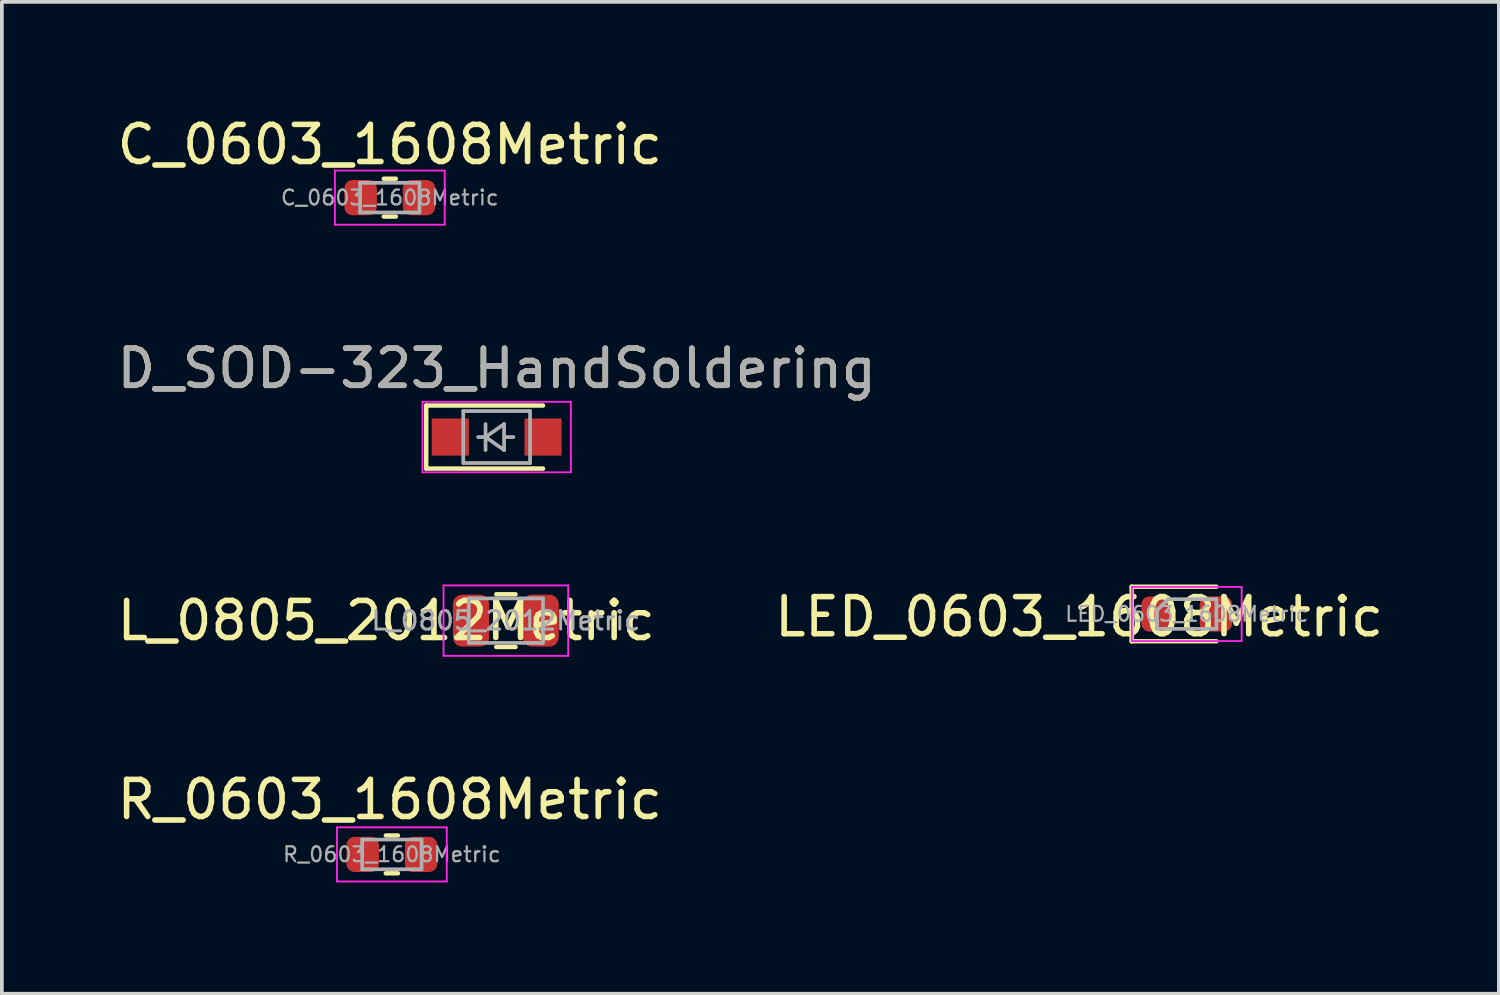
<source format=kicad_pcb>
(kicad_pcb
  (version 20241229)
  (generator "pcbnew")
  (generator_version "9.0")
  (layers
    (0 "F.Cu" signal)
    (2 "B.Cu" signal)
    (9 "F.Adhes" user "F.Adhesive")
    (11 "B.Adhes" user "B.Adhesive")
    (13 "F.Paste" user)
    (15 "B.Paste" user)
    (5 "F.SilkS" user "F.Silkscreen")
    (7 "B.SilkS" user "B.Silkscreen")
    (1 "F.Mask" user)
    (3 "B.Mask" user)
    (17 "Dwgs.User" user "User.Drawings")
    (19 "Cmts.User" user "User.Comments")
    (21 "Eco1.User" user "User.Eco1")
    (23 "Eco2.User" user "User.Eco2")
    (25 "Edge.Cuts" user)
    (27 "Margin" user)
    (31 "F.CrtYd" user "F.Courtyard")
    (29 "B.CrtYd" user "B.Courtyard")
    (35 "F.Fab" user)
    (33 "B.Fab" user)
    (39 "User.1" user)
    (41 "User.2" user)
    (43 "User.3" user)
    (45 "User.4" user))
  (footprint "C_0603_1608Metric"
    (layer "F.Cu")
    (at 7.458 2.278)
    (property "Reference" "C_0603_1608Metric" (at 0 -1.43 180) (layer "F.SilkS") (effects (font (size 1 1) (thickness 0.15))))
    (attr smd)
    (fp_line (start -0.163 -0.51) (end 0.163 -0.51) (stroke (width 0.12) (type solid)) (layer "F.SilkS"))
    (fp_line (start -0.163 0.51) (end 0.163 0.51) (stroke (width 0.12) (type solid)) (layer "F.SilkS"))
    (fp_line (start -1.48 -0.73) (end 1.48 -0.73) (stroke (width 0.05) (type solid)) (layer "F.CrtYd"))
    (fp_line (start -1.48 0.73) (end -1.48 -0.73) (stroke (width 0.05) (type solid)) (layer "F.CrtYd"))
    (fp_line (start 1.48 -0.73) (end 1.48 0.73) (stroke (width 0.05) (type solid)) (layer "F.CrtYd"))
    (fp_line (start 1.48 0.73) (end -1.48 0.73) (stroke (width 0.05) (type solid)) (layer "F.CrtYd"))
    (fp_line (start -0.8 -0.4) (end 0.8 -0.4) (stroke (width 0.1) (type solid)) (layer "F.Fab"))
    (fp_line (start -0.8 0.4) (end -0.8 -0.4) (stroke (width 0.1) (type solid)) (layer "F.Fab"))
    (fp_line (start 0.8 -0.4) (end 0.8 0.4) (stroke (width 0.1) (type solid)) (layer "F.Fab"))
    (fp_line (start 0.8 0.4) (end -0.8 0.4) (stroke (width 0.1) (type solid)) (layer "F.Fab"))
    (fp_text user "${REFERENCE}" (at 0 0 180) (layer "F.Fab") (effects (font (size 0.4 0.4) (thickness 0.06))))
    (pad "1" smd roundrect (at -0.787 0) (size 0.875 0.95) (layers "F.Cu" "F.Mask" "F.Paste") (roundrect_rratio 0.25))
    (pad "2" smd roundrect (at 0.787 0) (size 0.875 0.95) (layers "F.Cu" "F.Mask" "F.Paste") (roundrect_rratio 0.25)))
  (footprint "D_SOD-323_HandSoldering"
    (layer "F.Cu")
    (at 10.339 8.732)
    (property "Reference" "D_SOD-323_HandSoldering" (at 0 -1.85 0) (layer "F.SilkS") (effects (font (size 1 1) (thickness 0.15))))
    (attr smd)
    (fp_line (start -1.9 -0.85) (end -1.9 0.85) (stroke (width 0.12) (type solid)) (layer "F.SilkS"))
    (fp_line (start -1.9 -0.85) (end 1.25 -0.85) (stroke (width 0.12) (type solid)) (layer "F.SilkS"))
    (fp_line (start -1.9 0.85) (end 1.25 0.85) (stroke (width 0.12) (type solid)) (layer "F.SilkS"))
    (fp_line (start -2 -0.95) (end -2 0.95) (stroke (width 0.05) (type solid)) (layer "F.CrtYd"))
    (fp_line (start -2 -0.95) (end 2 -0.95) (stroke (width 0.05) (type solid)) (layer "F.CrtYd"))
    (fp_line (start -2 0.95) (end 2 0.95) (stroke (width 0.05) (type solid)) (layer "F.CrtYd"))
    (fp_line (start 2 -0.95) (end 2 0.95) (stroke (width 0.05) (type solid)) (layer "F.CrtYd"))
    (fp_line (start -0.9 -0.7) (end 0.9 -0.7) (stroke (width 0.1) (type solid)) (layer "F.Fab"))
    (fp_line (start -0.9 0.7) (end -0.9 -0.7) (stroke (width 0.1) (type solid)) (layer "F.Fab"))
    (fp_line (start -0.3 -0.35) (end -0.3 0.35) (stroke (width 0.1) (type solid)) (layer "F.Fab"))
    (fp_line (start -0.3 0) (end -0.5 0) (stroke (width 0.1) (type solid)) (layer "F.Fab"))
    (fp_line (start -0.3 0) (end 0.2 -0.35) (stroke (width 0.1) (type solid)) (layer "F.Fab"))
    (fp_line (start 0.2 -0.35) (end 0.2 0.35) (stroke (width 0.1) (type solid)) (layer "F.Fab"))
    (fp_line (start 0.2 0) (end 0.45 0) (stroke (width 0.1) (type solid)) (layer "F.Fab"))
    (fp_line (start 0.2 0.35) (end -0.3 0) (stroke (width 0.1) (type solid)) (layer "F.Fab"))
    (fp_line (start 0.9 -0.7) (end 0.9 0.7) (stroke (width 0.1) (type solid)) (layer "F.Fab"))
    (fp_line (start 0.9 0.7) (end -0.9 0.7) (stroke (width 0.1) (type solid)) (layer "F.Fab"))
    (fp_text user "${REFERENCE}" (at 0 -1.85 0) (layer "F.Fab") (effects (font (size 1 1) (thickness 0.15))))
    (pad "1" smd rect (at -1.25 0) (size 1 1) (layers "F.Cu" "F.Mask" "F.Paste"))
    (pad "2" smd rect (at 1.25 0) (size 1 1) (layers "F.Cu" "F.Mask" "F.Paste")))
  (footprint "L_0805_2012Metric"
    (layer "F.Cu")
    (at 10.587 13.681)
    (property "Reference" "L_0805_2012Metric" (at -3.224 0 180) (layer "F.SilkS") (effects (font (size 1 1) (thickness 0.15))))
    (attr smd)
    (fp_line (start -0.259 -0.71) (end 0.259 -0.71) (stroke (width 0.12) (type solid)) (layer "F.SilkS"))
    (fp_line (start -0.259 0.71) (end 0.259 0.71) (stroke (width 0.12) (type solid)) (layer "F.SilkS"))
    (fp_line (start -1.68 -0.95) (end 1.68 -0.95) (stroke (width 0.05) (type solid)) (layer "F.CrtYd"))
    (fp_line (start -1.68 0.95) (end -1.68 -0.95) (stroke (width 0.05) (type solid)) (layer "F.CrtYd"))
    (fp_line (start 1.68 -0.95) (end 1.68 0.95) (stroke (width 0.05) (type solid)) (layer "F.CrtYd"))
    (fp_line (start 1.68 0.95) (end -1.68 0.95) (stroke (width 0.05) (type solid)) (layer "F.CrtYd"))
    (fp_line (start -1 -0.6) (end 1 -0.6) (stroke (width 0.1) (type solid)) (layer "F.Fab"))
    (fp_line (start -1 0.6) (end -1 -0.6) (stroke (width 0.1) (type solid)) (layer "F.Fab"))
    (fp_line (start 1 -0.6) (end 1 0.6) (stroke (width 0.1) (type solid)) (layer "F.Fab"))
    (fp_line (start 1 0.6) (end -1 0.6) (stroke (width 0.1) (type solid)) (layer "F.Fab"))
    (fp_text user "${REFERENCE}" (at 0 0 180) (layer "F.Fab") (effects (font (size 0.5 0.5) (thickness 0.08))))
    (pad "1" smd roundrect (at -0.938 0) (size 0.975 1.4) (layers "F.Cu" "F.Mask" "F.Paste") (roundrect_rratio 0.25))
    (pad "2" smd roundrect (at 0.938 0) (size 0.975 1.4) (layers "F.Cu" "F.Mask" "F.Paste") (roundrect_rratio 0.25)))
  (footprint "LED_0603_1608Metric"
    (layer "F.Cu")
    (at 28.942 13.502)
    (property "Reference" "LED_0603_1608Metric" (at -2.901 0.076 180) (layer "F.SilkS") (effects (font (size 1 1) (thickness 0.15))))
    (attr smd)
    (fp_line (start -1.485 -0.735) (end -1.485 0.735) (stroke (width 0.12) (type solid)) (layer "F.SilkS"))
    (fp_line (start -1.485 0.735) (end 0.8 0.735) (stroke (width 0.12) (type solid)) (layer "F.SilkS"))
    (fp_line (start 0.8 -0.735) (end -1.485 -0.735) (stroke (width 0.12) (type solid)) (layer "F.SilkS"))
    (fp_line (start -1.48 -0.73) (end 1.48 -0.73) (stroke (width 0.05) (type solid)) (layer "F.CrtYd"))
    (fp_line (start -1.48 0.73) (end -1.48 -0.73) (stroke (width 0.05) (type solid)) (layer "F.CrtYd"))
    (fp_line (start 1.48 -0.73) (end 1.48 0.73) (stroke (width 0.05) (type solid)) (layer "F.CrtYd"))
    (fp_line (start 1.48 0.73) (end -1.48 0.73) (stroke (width 0.05) (type solid)) (layer "F.CrtYd"))
    (fp_line (start -0.8 -0.1) (end -0.8 0.4) (stroke (width 0.1) (type solid)) (layer "F.Fab"))
    (fp_line (start -0.8 0.4) (end 0.8 0.4) (stroke (width 0.1) (type solid)) (layer "F.Fab"))
    (fp_line (start -0.5 -0.4) (end -0.8 -0.1) (stroke (width 0.1) (type solid)) (layer "F.Fab"))
    (fp_line (start 0.8 -0.4) (end -0.5 -0.4) (stroke (width 0.1) (type solid)) (layer "F.Fab"))
    (fp_line (start 0.8 0.4) (end 0.8 -0.4) (stroke (width 0.1) (type solid)) (layer "F.Fab"))
    (fp_text user "${REFERENCE}" (at 0 0 180) (layer "F.Fab") (effects (font (size 0.4 0.4) (thickness 0.06))))
    (pad "1" smd roundrect (at -0.787 0) (size 0.875 0.95) (layers "F.Cu" "F.Mask" "F.Paste") (roundrect_rratio 0.25))
    (pad "2" smd roundrect (at 0.787 0) (size 0.875 0.95) (layers "F.Cu" "F.Mask" "F.Paste") (roundrect_rratio 0.25)))
  (footprint "R_0603_1608Metric"
    (layer "F.Cu")
    (at 7.514 19.983)
    (property "Reference" "R_0603_1608Metric" (at -0.056 -1.478 0) (layer "F.SilkS") (effects (font (size 1 1) (thickness 0.15))))
    (attr smd)
    (fp_line (start -0.163 -0.51) (end 0.163 -0.51) (stroke (width 0.12) (type solid)) (layer "F.SilkS"))
    (fp_line (start -0.163 0.51) (end 0.163 0.51) (stroke (width 0.12) (type solid)) (layer "F.SilkS"))
    (fp_line (start -1.48 -0.73) (end 1.48 -0.73) (stroke (width 0.05) (type solid)) (layer "F.CrtYd"))
    (fp_line (start -1.48 0.73) (end -1.48 -0.73) (stroke (width 0.05) (type solid)) (layer "F.CrtYd"))
    (fp_line (start 1.48 -0.73) (end 1.48 0.73) (stroke (width 0.05) (type solid)) (layer "F.CrtYd"))
    (fp_line (start 1.48 0.73) (end -1.48 0.73) (stroke (width 0.05) (type solid)) (layer "F.CrtYd"))
    (fp_line (start -0.8 -0.4) (end 0.8 -0.4) (stroke (width 0.1) (type solid)) (layer "F.Fab"))
    (fp_line (start -0.8 0.4) (end -0.8 -0.4) (stroke (width 0.1) (type solid)) (layer "F.Fab"))
    (fp_line (start 0.8 -0.4) (end 0.8 0.4) (stroke (width 0.1) (type solid)) (layer "F.Fab"))
    (fp_line (start 0.8 0.4) (end -0.8 0.4) (stroke (width 0.1) (type solid)) (layer "F.Fab"))
    (fp_text user "${REFERENCE}" (at 0 0 0) (layer "F.Fab") (effects (font (size 0.4 0.4) (thickness 0.06))))
    (pad "1" smd roundrect (at -0.787 0) (size 0.875 0.95) (layers "F.Cu" "F.Mask" "F.Paste") (roundrect_rratio 0.25))
    (pad "2" smd roundrect (at 0.787 0) (size 0.875 0.95) (layers "F.Cu" "F.Mask" "F.Paste") (roundrect_rratio 0.25)))
  (gr_rect
    (start -3 -3)
    (end 37.357 23.738)
    (stroke (width 0.1) (type default))
    (fill no)
    (layer "Edge.Cuts")))
</source>
